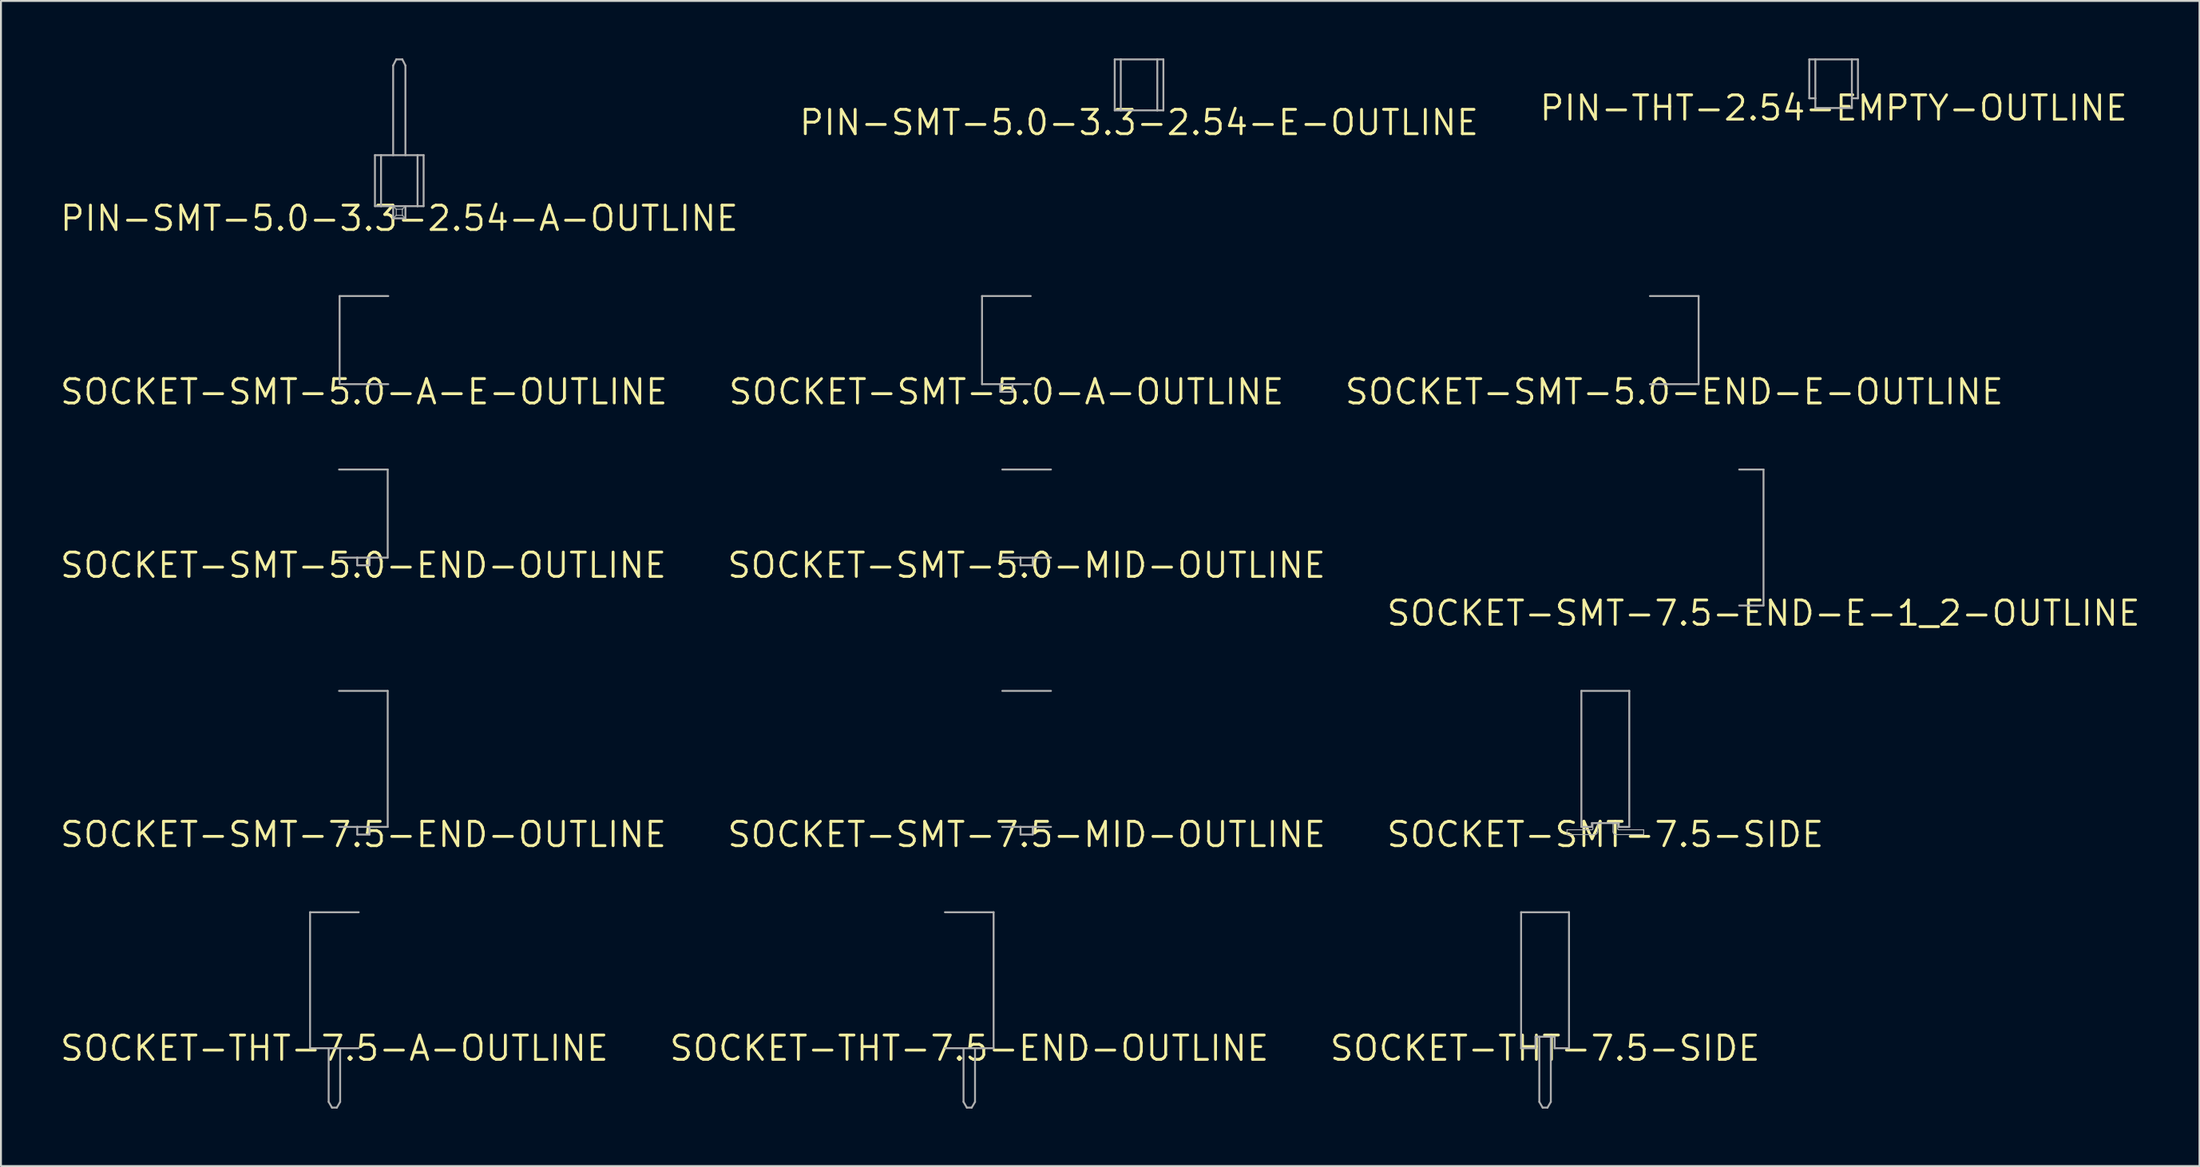
<source format=kicad_pcb>
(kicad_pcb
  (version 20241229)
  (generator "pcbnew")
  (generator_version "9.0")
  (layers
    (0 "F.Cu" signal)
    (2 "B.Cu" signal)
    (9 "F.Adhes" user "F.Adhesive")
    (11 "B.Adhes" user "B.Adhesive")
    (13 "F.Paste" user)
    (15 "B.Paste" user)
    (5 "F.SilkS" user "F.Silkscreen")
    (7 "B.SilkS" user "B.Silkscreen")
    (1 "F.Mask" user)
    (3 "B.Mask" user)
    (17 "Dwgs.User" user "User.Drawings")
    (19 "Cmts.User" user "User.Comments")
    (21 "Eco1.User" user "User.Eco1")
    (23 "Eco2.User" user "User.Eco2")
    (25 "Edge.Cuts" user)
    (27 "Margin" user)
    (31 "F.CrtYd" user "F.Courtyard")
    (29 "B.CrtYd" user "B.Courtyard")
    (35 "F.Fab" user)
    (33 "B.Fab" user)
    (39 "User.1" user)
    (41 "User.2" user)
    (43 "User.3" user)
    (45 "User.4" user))
  (footprint "SOCKET-THT-7.5-END-OUTLINE"
    (layer "F.Cu")
    (at 47.532 51.675)
    (property "Reference" "SOCKET-THT-7.5-END-OUTLINE" (at 0 0 0) (unlocked yes) (layer "F.SilkS") (effects (font (size 1.27 1.27) (thickness 0.15))))
    (fp_line (start -1.27 -7.1) (end 1.27 -7.1) (stroke (width 0.1) (type solid)) (layer "F.Fab"))
    (fp_line (start -0.3 0) (end -1.27 0) (stroke (width 0.1) (type solid)) (layer "F.Fab"))
    (fp_line (start -0.3 0) (end -0.3 2.8) (stroke (width 0.1) (type solid)) (layer "F.Fab"))
    (fp_line (start -0.3 2.8) (end -0.127 3.1) (stroke (width 0.1) (type solid)) (layer "F.Fab"))
    (fp_line (start -0.127 3.1) (end 0.127 3.1) (stroke (width 0.1) (type solid)) (layer "F.Fab"))
    (fp_line (start 0.127 3.1) (end 0.3 2.8) (stroke (width 0.1) (type solid)) (layer "F.Fab"))
    (fp_line (start 0.3 0) (end -0.3 0) (stroke (width 0.1) (type solid)) (layer "F.Fab"))
    (fp_line (start 0.3 0) (end 1.27 0) (stroke (width 0.1) (type solid)) (layer "F.Fab"))
    (fp_line (start 0.3 2.8) (end 0.3 0) (stroke (width 0.1) (type solid)) (layer "F.Fab"))
    (fp_line (start 1.27 -7.1) (end 1.27 0) (stroke (width 0.1) (type solid)) (layer "F.Fab")))
  (footprint "SOCKET-SMT-5.0-END-E-OUTLINE"
    (layer "F.Cu")
    (at 84.323 17.406)
    (property "Reference" "SOCKET-SMT-5.0-END-E-OUTLINE" (at 0 0 0) (unlocked yes) (layer "F.SilkS") (effects (font (size 1.27 1.27) (thickness 0.15))))
    (fp_line (start -1.27 -5) (end 1.27 -5) (stroke (width 0.1) (type solid)) (layer "F.Fab"))
    (fp_line (start 1.27 -5) (end 1.27 -0.4) (stroke (width 0.1) (type solid)) (layer "F.Fab"))
    (fp_line (start 1.27 -0.4) (end -1.27 -0.4) (stroke (width 0.1) (type solid)) (layer "F.Fab")))
  (footprint "SOCKET-SMT-5.0-A-OUTLINE"
    (layer "F.Cu")
    (at 49.468 17.406)
    (property "Reference" "SOCKET-SMT-5.0-A-OUTLINE" (at 0 0 0) (unlocked yes) (layer "F.SilkS") (effects (font (size 1.27 1.27) (thickness 0.15))))
    (fp_line (start -1.27 -5) (end -1.27 -0.4) (stroke (width 0.1) (type solid)) (layer "F.Fab"))
    (fp_line (start -1.27 -5) (end 1.27 -5) (stroke (width 0.1) (type solid)) (layer "F.Fab"))
    (fp_line (start -0.32 -0.4) (end -1.27 -0.4) (stroke (width 0.1) (type solid)) (layer "F.Fab"))
    (fp_line (start -0.32 -0.4) (end -0.32 0) (stroke (width 0.1) (type solid)) (layer "F.Fab"))
    (fp_line (start -0.32 0) (end 0.32 0) (stroke (width 0.1) (type solid)) (layer "F.Fab"))
    (fp_line (start 0.32 -0.4) (end -0.32 -0.4) (stroke (width 0.1) (type solid)) (layer "F.Fab"))
    (fp_line (start 0.32 0) (end 0.32 -0.4) (stroke (width 0.1) (type solid)) (layer "F.Fab"))
    (fp_line (start 1.27 -0.4) (end 0.32 -0.4) (stroke (width 0.1) (type solid)) (layer "F.Fab")))
  (footprint "SOCKET-SMT-7.5-MID-OUTLINE"
    (layer "F.Cu")
    (at 50.526 40.519)
    (property "Reference" "SOCKET-SMT-7.5-MID-OUTLINE" (at 0 0 0) (unlocked yes) (layer "F.SilkS") (effects (font (size 1.27 1.27) (thickness 0.15))))
    (fp_line (start -1.27 -7.5) (end 1.27 -7.5) (stroke (width 0.1) (type solid)) (layer "F.Fab"))
    (fp_line (start -0.32 -0.4) (end -1.27 -0.4) (stroke (width 0.1) (type solid)) (layer "F.Fab"))
    (fp_line (start -0.32 -0.4) (end -0.32 0) (stroke (width 0.1) (type solid)) (layer "F.Fab"))
    (fp_line (start -0.32 0) (end 0.32 0) (stroke (width 0.1) (type solid)) (layer "F.Fab"))
    (fp_line (start 0.32 -0.4) (end -0.32 -0.4) (stroke (width 0.1) (type solid)) (layer "F.Fab"))
    (fp_line (start 0.32 0) (end 0.32 -0.4) (stroke (width 0.1) (type solid)) (layer "F.Fab"))
    (fp_line (start 1.27 -0.4) (end 0.32 -0.4) (stroke (width 0.1) (type solid)) (layer "F.Fab")))
  (footprint "SOCKET-SMT-7.5-END-OUTLINE"
    (layer "F.Cu")
    (at 15.913 40.519)
    (property "Reference" "SOCKET-SMT-7.5-END-OUTLINE" (at 0 0 0) (unlocked yes) (layer "F.SilkS") (effects (font (size 1.27 1.27) (thickness 0.15))))
    (fp_line (start -1.27 -7.5) (end 1.27 -7.5) (stroke (width 0.1) (type solid)) (layer "F.Fab"))
    (fp_line (start -0.32 -0.4) (end -1.27 -0.4) (stroke (width 0.1) (type solid)) (layer "F.Fab"))
    (fp_line (start -0.32 -0.4) (end -0.32 0) (stroke (width 0.1) (type solid)) (layer "F.Fab"))
    (fp_line (start -0.32 0) (end 0.32 0) (stroke (width 0.1) (type solid)) (layer "F.Fab"))
    (fp_line (start 0.32 -0.4) (end -0.32 -0.4) (stroke (width 0.1) (type solid)) (layer "F.Fab"))
    (fp_line (start 0.32 0) (end 0.32 -0.4) (stroke (width 0.1) (type solid)) (layer "F.Fab"))
    (fp_line (start 1.27 -7.5) (end 1.27 -0.4) (stroke (width 0.1) (type solid)) (layer "F.Fab"))
    (fp_line (start 1.27 -0.4) (end 0.32 -0.4) (stroke (width 0.1) (type solid)) (layer "F.Fab")))
  (footprint "SOCKET-SMT-7.5-END-E-1_2-OUTLINE"
    (layer "F.Cu")
    (at 88.98 28.962)
    (property "Reference" "SOCKET-SMT-7.5-END-E-1_2-OUTLINE" (at 0 0 0) (unlocked yes) (layer "F.SilkS") (effects (font (size 1.27 1.27) (thickness 0.15))))
    (fp_line (start -1.27 -7.5) (end 0 -7.5) (stroke (width 0.1) (type solid)) (layer "F.Fab"))
    (fp_line (start 0 -7.5) (end 0 -0.4) (stroke (width 0.1) (type solid)) (layer "F.Fab"))
    (fp_line (start 0 -0.4) (end -1.27 -0.4) (stroke (width 0.1) (type solid)) (layer "F.Fab")))
  (footprint "SOCKET-SMT-7.5-SIDE"
    (layer "F.Cu")
    (at 80.725 40.519)
    (property "Reference" "SOCKET-SMT-7.5-SIDE" (at 0 0 0) (unlocked yes) (layer "F.SilkS") (effects (font (size 1.27 1.27) (thickness 0.15))))
    (fp_line (start -2 -0.25) (end -0.7 -0.25) (stroke (width 0.05) (type solid)) (layer "F.Fab"))
    (fp_line (start -2 0) (end -2 -0.25) (stroke (width 0.05) (type solid)) (layer "F.Fab"))
    (fp_line (start -2 0) (end -0.55 0) (stroke (width 0.05) (type solid)) (layer "F.Fab"))
    (fp_line (start -1.25 -7.5) (end -1.25 -0.4) (stroke (width 0.1) (type solid)) (layer "F.Fab"))
    (fp_line (start -1.25 -7.5) (end 1.25 -7.5) (stroke (width 0.1) (type solid)) (layer "F.Fab"))
    (fp_line (start -0.7 -0.6) (end -0.65 -0.6) (stroke (width 0.1) (type solid)) (layer "F.Fab"))
    (fp_line (start -0.7 -0.4) (end -1.25 -0.4) (stroke (width 0.1) (type solid)) (layer "F.Fab"))
    (fp_line (start -0.7 -0.4) (end -0.7 -0.6) (stroke (width 0.1) (type solid)) (layer "F.Fab"))
    (fp_line (start -0.65 -0.6) (end -0.4 -0.6) (stroke (width 0.1) (type solid)) (layer "F.Fab"))
    (fp_line (start -0.65 -0.3) (end -0.65 -0.6) (stroke (width 0.05) (type solid)) (layer "F.Fab"))
    (fp_line (start -0.4 -0.6) (end -0.4 -0.15) (stroke (width 0.05) (type solid)) (layer "F.Fab"))
    (fp_line (start -0.4 -0.6) (end 0.7 -0.6) (stroke (width 0.1) (type solid)) (layer "F.Fab"))
    (fp_line (start 0.4 -0.6) (end 0.4 -0.15) (stroke (width 0.05) (type solid)) (layer "F.Fab"))
    (fp_line (start 0.65 -0.3) (end 0.65 -0.6) (stroke (width 0.05) (type solid)) (layer "F.Fab"))
    (fp_line (start 0.7 -0.6) (end 0.7 -0.4) (stroke (width 0.1) (type solid)) (layer "F.Fab"))
    (fp_line (start 1.25 -7.5) (end 1.25 -0.4) (stroke (width 0.1) (type solid)) (layer "F.Fab"))
    (fp_line (start 1.25 -0.4) (end 0.7 -0.4) (stroke (width 0.1) (type solid)) (layer "F.Fab"))
    (fp_line (start 2 -0.25) (end 0.7 -0.25) (stroke (width 0.05) (type solid)) (layer "F.Fab"))
    (fp_line (start 2 0) (end 0.55 0) (stroke (width 0.05) (type solid)) (layer "F.Fab"))
    (fp_line (start 2 0) (end 2 -0.25) (stroke (width 0.05) (type solid)) (layer "F.Fab"))
    (fp_arc (start -0.65 -0.3) (mid -0.664645 -0.264645) (end -0.7 -0.25) (stroke (width 0.05) (type solid)) (layer "F.Fab"))
    (fp_arc (start -0.4 -0.15) (mid -0.443934 -0.043934) (end -0.55 0) (stroke (width 0.05) (type solid)) (layer "F.Fab"))
    (fp_arc (start 0.55 0) (mid 0.443934 -0.043934) (end 0.4 -0.15) (stroke (width 0.05) (type solid)) (layer "F.Fab"))
    (fp_arc (start 0.7 -0.25) (mid 0.664645 -0.264645) (end 0.65 -0.3) (stroke (width 0.05) (type solid)) (layer "F.Fab")))
  (footprint "PIN-SMT-5.0-3.3-2.54-A-OUTLINE"
    (layer "F.Cu")
    (at 17.787 8.35)
    (property "Reference" "PIN-SMT-5.0-3.3-2.54-A-OUTLINE" (at 0 0 0) (unlocked yes) (layer "F.SilkS") (effects (font (size 1.27 1.27) (thickness 0.15))))
    (fp_line (start -1.27 -3.3) (end -0.953 -3.3) (stroke (width 0.1) (type solid)) (layer "F.Fab"))
    (fp_line (start -1.27 -0.637) (end -1.27 -3.3) (stroke (width 0.1) (type solid)) (layer "F.Fab"))
    (fp_line (start -1.27 -0.637) (end -0.953 -0.637) (stroke (width 0.1) (type solid)) (layer "F.Fab"))
    (fp_line (start -0.953 -3.3) (end -0.32 -3.3) (stroke (width 0.1) (type solid)) (layer "F.Fab"))
    (fp_line (start -0.953 -0.637) (end -0.953 -3.3) (stroke (width 0.1) (type solid)) (layer "F.Fab"))
    (fp_line (start -0.32 -7.98) (end -0.159 -8.3) (stroke (width 0.1) (type solid)) (layer "F.Fab"))
    (fp_line (start -0.32 -3.3) (end -0.32 -7.98) (stroke (width 0.1) (type solid)) (layer "F.Fab"))
    (fp_line (start -0.32 -3.3) (end 0.32 -3.3) (stroke (width 0.1) (type solid)) (layer "F.Fab"))
    (fp_line (start -0.32 -0.637) (end -0.953 -0.637) (stroke (width 0.1) (type solid)) (layer "F.Fab"))
    (fp_line (start -0.32 -0.637) (end -0.32 0) (stroke (width 0.1) (type solid)) (layer "F.Fab"))
    (fp_line (start -0.32 0) (end -0.16 -0.16) (stroke (width 0.05) (type solid)) (layer "F.Fab"))
    (fp_line (start -0.32 0) (end 0.32 0) (stroke (width 0.1) (type solid)) (layer "F.Fab"))
    (fp_line (start -0.16 -0.48) (end -0.32 -0.637) (stroke (width 0.05) (type solid)) (layer "F.Fab"))
    (fp_line (start -0.16 -0.48) (end -0.16 -0.16) (stroke (width 0.05) (type solid)) (layer "F.Fab"))
    (fp_line (start -0.16 -0.16) (end 0.16 -0.16) (stroke (width 0.05) (type solid)) (layer "F.Fab"))
    (fp_line (start -0.159 -8.3) (end 0.159 -8.3) (stroke (width 0.1) (type solid)) (layer "F.Fab"))
    (fp_line (start 0.159 -8.3) (end 0.32 -7.98) (stroke (width 0.1) (type solid)) (layer "F.Fab"))
    (fp_line (start 0.16 -0.48) (end -0.16 -0.48) (stroke (width 0.05) (type solid)) (layer "F.Fab"))
    (fp_line (start 0.16 -0.48) (end 0.32 -0.637) (stroke (width 0.05) (type solid)) (layer "F.Fab"))
    (fp_line (start 0.16 -0.16) (end 0.16 -0.48) (stroke (width 0.05) (type solid)) (layer "F.Fab"))
    (fp_line (start 0.16 -0.16) (end 0.32 0) (stroke (width 0.05) (type solid)) (layer "F.Fab"))
    (fp_line (start 0.32 -3.3) (end 0.32 -7.98) (stroke (width 0.1) (type solid)) (layer "F.Fab"))
    (fp_line (start 0.32 -3.3) (end 0.953 -3.3) (stroke (width 0.1) (type solid)) (layer "F.Fab"))
    (fp_line (start 0.32 -0.637) (end -0.32 -0.637) (stroke (width 0.1) (type solid)) (layer "F.Fab"))
    (fp_line (start 0.32 0) (end 0.32 -0.637) (stroke (width 0.1) (type solid)) (layer "F.Fab"))
    (fp_line (start 0.953 -3.3) (end 1.27 -3.3) (stroke (width 0.1) (type solid)) (layer "F.Fab"))
    (fp_line (start 0.953 -0.637) (end 0.32 -0.637) (stroke (width 0.1) (type solid)) (layer "F.Fab"))
    (fp_line (start 0.953 -0.637) (end 0.953 -3.3) (stroke (width 0.1) (type solid)) (layer "F.Fab"))
    (fp_line (start 1.27 -3.3) (end 1.27 -0.637) (stroke (width 0.1) (type solid)) (layer "F.Fab"))
    (fp_line (start 1.27 -0.637) (end 0.953 -0.637) (stroke (width 0.1) (type solid)) (layer "F.Fab")))
  (footprint "SOCKET-SMT-5.0-A-E-OUTLINE"
    (layer "F.Cu")
    (at 15.943 17.406)
    (property "Reference" "SOCKET-SMT-5.0-A-E-OUTLINE" (at 0 0 0) (unlocked yes) (layer "F.SilkS") (effects (font (size 1.27 1.27) (thickness 0.15))))
    (fp_line (start -1.27 -5) (end -1.27 -0.4) (stroke (width 0.1) (type solid)) (layer "F.Fab"))
    (fp_line (start -1.27 -5) (end 1.27 -5) (stroke (width 0.1) (type solid)) (layer "F.Fab"))
    (fp_line (start 1.27 -0.4) (end -1.27 -0.4) (stroke (width 0.1) (type solid)) (layer "F.Fab")))
  (footprint "PIN-THT-2.54-EMPTY-OUTLINE"
    (layer "F.Cu")
    (at 92.638 2.59)
    (property "Reference" "PIN-THT-2.54-EMPTY-OUTLINE" (at 0 0 0) (unlocked yes) (layer "F.SilkS") (effects (font (size 1.27 1.27) (thickness 0.15))))
    (fp_line (start -1.27 -2.54) (end -0.953 -2.54) (stroke (width 0.1) (type solid)) (layer "F.Fab"))
    (fp_line (start -1.27 -0.508) (end -1.27 -2.54) (stroke (width 0.1) (type solid)) (layer "F.Fab"))
    (fp_line (start -1.27 -0.508) (end -0.953 -0.508) (stroke (width 0.1) (type solid)) (layer "F.Fab"))
    (fp_line (start -0.953 -2.54) (end 0.953 -2.54) (stroke (width 0.1) (type solid)) (layer "F.Fab"))
    (fp_line (start -0.953 -0.508) (end -0.953 -2.54) (stroke (width 0.1) (type solid)) (layer "F.Fab"))
    (fp_line (start -0.953 -0.508) (end -0.953 0) (stroke (width 0.1) (type solid)) (layer "F.Fab"))
    (fp_line (start 0.953 -2.54) (end 1.27 -2.54) (stroke (width 0.1) (type solid)) (layer "F.Fab"))
    (fp_line (start 0.953 -0.508) (end 0.953 -2.54) (stroke (width 0.1) (type solid)) (layer "F.Fab"))
    (fp_line (start 0.953 -0.508) (end 0.953 0) (stroke (width 0.1) (type solid)) (layer "F.Fab"))
    (fp_line (start 0.953 0) (end -0.953 0) (stroke (width 0.1) (type solid)) (layer "F.Fab"))
    (fp_line (start 1.27 -2.54) (end 1.27 -0.508) (stroke (width 0.1) (type solid)) (layer "F.Fab"))
    (fp_line (start 1.27 -0.508) (end 0.953 -0.508) (stroke (width 0.1) (type solid)) (layer "F.Fab")))
  (footprint "PIN-SMT-5.0-3.3-2.54-E-OUTLINE"
    (layer "F.Cu")
    (at 56.392 3.35)
    (property "Reference" "PIN-SMT-5.0-3.3-2.54-E-OUTLINE" (at 0 0 0) (unlocked yes) (layer "F.SilkS") (effects (font (size 1.27 1.27) (thickness 0.15))))
    (fp_line (start -1.27 -3.3) (end -0.953 -3.3) (stroke (width 0.1) (type solid)) (layer "F.Fab"))
    (fp_line (start -1.27 -0.637) (end -1.27 -3.3) (stroke (width 0.1) (type solid)) (layer "F.Fab"))
    (fp_line (start -1.27 -0.637) (end -0.953 -0.637) (stroke (width 0.1) (type solid)) (layer "F.Fab"))
    (fp_line (start -0.953 -3.3) (end 0.953 -3.3) (stroke (width 0.1) (type solid)) (layer "F.Fab"))
    (fp_line (start -0.953 -0.637) (end -0.953 -3.3) (stroke (width 0.1) (type solid)) (layer "F.Fab"))
    (fp_line (start 0.953 -3.3) (end 1.27 -3.3) (stroke (width 0.1) (type solid)) (layer "F.Fab"))
    (fp_line (start 0.953 -0.637) (end -0.953 -0.637) (stroke (width 0.1) (type solid)) (layer "F.Fab"))
    (fp_line (start 0.953 -0.637) (end 0.953 -3.3) (stroke (width 0.1) (type solid)) (layer "F.Fab"))
    (fp_line (start 1.27 -3.3) (end 1.27 -0.637) (stroke (width 0.1) (type solid)) (layer "F.Fab"))
    (fp_line (start 1.27 -0.637) (end 0.953 -0.637) (stroke (width 0.1) (type solid)) (layer "F.Fab")))
  (footprint "SOCKET-THT-7.5-SIDE"
    (layer "F.Cu")
    (at 77.58 51.675)
    (property "Reference" "SOCKET-THT-7.5-SIDE" (at 0 0 0) (unlocked yes) (layer "F.SilkS") (effects (font (size 1.27 1.27) (thickness 0.15))))
    (fp_line (start -1.25 -7.1) (end -1.25 0) (stroke (width 0.1) (type solid)) (layer "F.Fab"))
    (fp_line (start -1.25 -7.1) (end 1.25 -7.1) (stroke (width 0.1) (type solid)) (layer "F.Fab"))
    (fp_line (start -0.5 -0.6) (end -0.5 0) (stroke (width 0.1) (type solid)) (layer "F.Fab"))
    (fp_line (start -0.5 0) (end -1.25 0) (stroke (width 0.1) (type solid)) (layer "F.Fab"))
    (fp_line (start -0.3 -0.6) (end -0.5 -0.6) (stroke (width 0.1) (type solid)) (layer "F.Fab"))
    (fp_line (start -0.3 -0.6) (end -0.3 2.8) (stroke (width 0.1) (type solid)) (layer "F.Fab"))
    (fp_line (start -0.3 2.8) (end -0.127 3.1) (stroke (width 0.1) (type solid)) (layer "F.Fab"))
    (fp_line (start -0.127 3.1) (end 0.127 3.1) (stroke (width 0.1) (type solid)) (layer "F.Fab"))
    (fp_line (start 0.127 3.1) (end 0.3 2.8) (stroke (width 0.1) (type solid)) (layer "F.Fab"))
    (fp_line (start 0.3 -0.6) (end -0.3 -0.6) (stroke (width 0.1) (type solid)) (layer "F.Fab"))
    (fp_line (start 0.3 -0.6) (end 0.5 -0.6) (stroke (width 0.1) (type solid)) (layer "F.Fab"))
    (fp_line (start 0.3 2.8) (end 0.3 -0.6) (stroke (width 0.1) (type solid)) (layer "F.Fab"))
    (fp_line (start 0.5 -0.6) (end 0.5 0) (stroke (width 0.1) (type solid)) (layer "F.Fab"))
    (fp_line (start 0.5 0) (end 1.25 0) (stroke (width 0.1) (type solid)) (layer "F.Fab"))
    (fp_line (start 1.25 -7.1) (end 1.25 0) (stroke (width 0.1) (type solid)) (layer "F.Fab")))
  (footprint "SOCKET-SMT-5.0-END-OUTLINE"
    (layer "F.Cu")
    (at 15.913 26.462)
    (property "Reference" "SOCKET-SMT-5.0-END-OUTLINE" (at 0 0 0) (unlocked yes) (layer "F.SilkS") (effects (font (size 1.27 1.27) (thickness 0.15))))
    (fp_line (start -1.27 -5) (end 1.27 -5) (stroke (width 0.1) (type solid)) (layer "F.Fab"))
    (fp_line (start -0.32 -0.4) (end -1.27 -0.4) (stroke (width 0.1) (type solid)) (layer "F.Fab"))
    (fp_line (start -0.32 -0.4) (end -0.32 0) (stroke (width 0.1) (type solid)) (layer "F.Fab"))
    (fp_line (start -0.32 0) (end 0.32 0) (stroke (width 0.1) (type solid)) (layer "F.Fab"))
    (fp_line (start 0.32 -0.4) (end -0.32 -0.4) (stroke (width 0.1) (type solid)) (layer "F.Fab"))
    (fp_line (start 0.32 0) (end 0.32 -0.4) (stroke (width 0.1) (type solid)) (layer "F.Fab"))
    (fp_line (start 1.27 -5) (end 1.27 -0.4) (stroke (width 0.1) (type solid)) (layer "F.Fab"))
    (fp_line (start 1.27 -0.4) (end 0.32 -0.4) (stroke (width 0.1) (type solid)) (layer "F.Fab")))
  (footprint "SOCKET-THT-7.5-A-OUTLINE"
    (layer "F.Cu")
    (at 14.401 51.675)
    (property "Reference" "SOCKET-THT-7.5-A-OUTLINE" (at 0 0 0) (unlocked yes) (layer "F.SilkS") (effects (font (size 1.27 1.27) (thickness 0.15))))
    (fp_line (start -1.27 -7.1) (end -1.27 0) (stroke (width 0.1) (type solid)) (layer "F.Fab"))
    (fp_line (start -1.27 -7.1) (end 1.27 -7.1) (stroke (width 0.1) (type solid)) (layer "F.Fab"))
    (fp_line (start -0.3 0) (end -1.27 0) (stroke (width 0.1) (type solid)) (layer "F.Fab"))
    (fp_line (start -0.3 0) (end -0.3 2.8) (stroke (width 0.1) (type solid)) (layer "F.Fab"))
    (fp_line (start -0.3 2.8) (end -0.127 3.1) (stroke (width 0.1) (type solid)) (layer "F.Fab"))
    (fp_line (start -0.127 3.1) (end 0.127 3.1) (stroke (width 0.1) (type solid)) (layer "F.Fab"))
    (fp_line (start 0.127 3.1) (end 0.3 2.8) (stroke (width 0.1) (type solid)) (layer "F.Fab"))
    (fp_line (start 0.3 0) (end -0.3 0) (stroke (width 0.1) (type solid)) (layer "F.Fab"))
    (fp_line (start 0.3 0) (end 1.27 0) (stroke (width 0.1) (type solid)) (layer "F.Fab"))
    (fp_line (start 0.3 2.8) (end 0.3 0) (stroke (width 0.1) (type solid)) (layer "F.Fab")))
  (footprint "SOCKET-SMT-5.0-MID-OUTLINE"
    (layer "F.Cu")
    (at 50.526 26.462)
    (property "Reference" "SOCKET-SMT-5.0-MID-OUTLINE" (at 0 0 0) (unlocked yes) (layer "F.SilkS") (effects (font (size 1.27 1.27) (thickness 0.15))))
    (fp_line (start -1.27 -5) (end 1.27 -5) (stroke (width 0.1) (type solid)) (layer "F.Fab"))
    (fp_line (start -0.32 -0.4) (end -1.27 -0.4) (stroke (width 0.1) (type solid)) (layer "F.Fab"))
    (fp_line (start -0.32 -0.4) (end -0.32 0) (stroke (width 0.1) (type solid)) (layer "F.Fab"))
    (fp_line (start -0.32 0) (end 0.32 0) (stroke (width 0.1) (type solid)) (layer "F.Fab"))
    (fp_line (start 0.32 -0.4) (end -0.32 -0.4) (stroke (width 0.1) (type solid)) (layer "F.Fab"))
    (fp_line (start 0.32 0) (end 0.32 -0.4) (stroke (width 0.1) (type solid)) (layer "F.Fab"))
    (fp_line (start 1.27 -0.4) (end 0.32 -0.4) (stroke (width 0.1) (type solid)) (layer "F.Fab")))
  (gr_rect
    (start -3 -3)
    (end 111.732 57.825)
    (stroke (width 0.1) (type default))
    (fill no)
    (layer "Edge.Cuts")))
</source>
